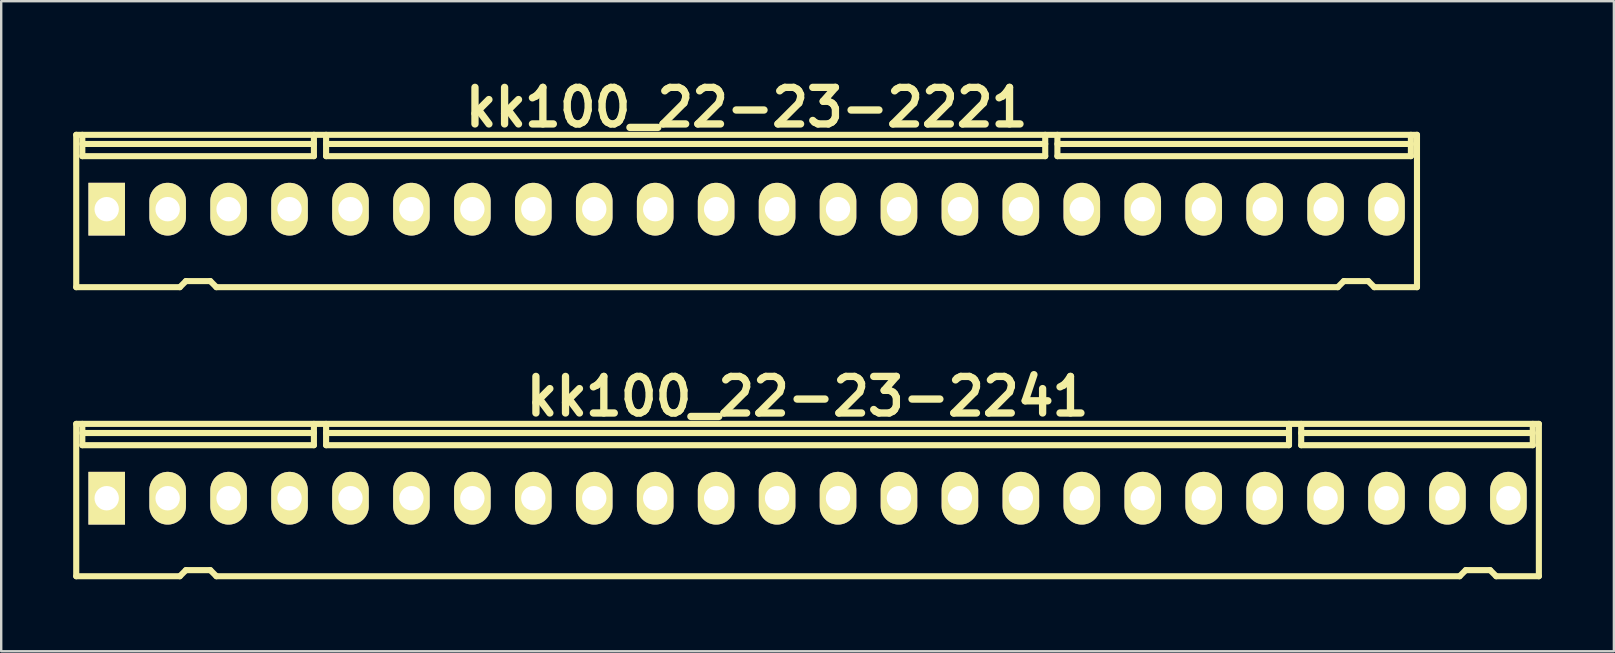
<source format=kicad_pcb>
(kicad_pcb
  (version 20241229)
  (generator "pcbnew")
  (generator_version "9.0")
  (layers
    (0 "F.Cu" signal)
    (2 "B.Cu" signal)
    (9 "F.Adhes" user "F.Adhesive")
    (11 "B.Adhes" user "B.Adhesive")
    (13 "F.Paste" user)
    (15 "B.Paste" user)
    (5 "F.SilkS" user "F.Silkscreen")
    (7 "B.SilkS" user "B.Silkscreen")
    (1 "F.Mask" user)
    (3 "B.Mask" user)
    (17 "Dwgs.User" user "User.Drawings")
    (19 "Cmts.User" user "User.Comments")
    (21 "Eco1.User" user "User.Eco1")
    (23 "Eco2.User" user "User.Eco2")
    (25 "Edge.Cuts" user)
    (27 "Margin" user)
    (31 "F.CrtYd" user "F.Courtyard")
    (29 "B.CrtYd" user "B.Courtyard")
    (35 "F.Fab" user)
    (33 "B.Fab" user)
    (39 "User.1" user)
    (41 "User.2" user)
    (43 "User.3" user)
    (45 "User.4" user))
  (footprint "kk100_22-23-2221"
    (layer "F.Cu")
    (at 28.067 5.744)
    (property "Reference" "kk100_22-23-2221" (at 0 -4.318 0) (layer "F.SilkS") (effects (font (size 1.524 1.524) (thickness 0.305))))
    (attr through_hole)
    (fp_line (start -27.94 3.175) (end -27.94 -3.175) (stroke (width 0.254) (type solid)) (layer "F.SilkS"))
    (fp_line (start -27.686 -2.286) (end -27.686 -3.175) (stroke (width 0.254) (type solid)) (layer "F.SilkS"))
    (fp_line (start -23.622 3.175) (end -27.94 3.175) (stroke (width 0.254) (type solid)) (layer "F.SilkS"))
    (fp_line (start -23.368 2.921) (end -23.622 3.175) (stroke (width 0.254) (type solid)) (layer "F.SilkS"))
    (fp_line (start -23.368 2.921) (end -22.352 2.921) (stroke (width 0.254) (type solid)) (layer "F.SilkS"))
    (fp_line (start -22.352 2.921) (end -22.098 3.175) (stroke (width 0.254) (type solid)) (layer "F.SilkS"))
    (fp_line (start -22.098 3.175) (end 24.638 3.175) (stroke (width 0.254) (type solid)) (layer "F.SilkS"))
    (fp_line (start -18.034 -2.794) (end -27.686 -2.794) (stroke (width 0.254) (type solid)) (layer "F.SilkS"))
    (fp_line (start -18.034 -2.286) (end -27.686 -2.286) (stroke (width 0.254) (type solid)) (layer "F.SilkS"))
    (fp_line (start -18.034 -2.286) (end -18.034 -3.175) (stroke (width 0.254) (type solid)) (layer "F.SilkS"))
    (fp_line (start -17.526 -2.286) (end -17.526 -3.175) (stroke (width 0.254) (type solid)) (layer "F.SilkS"))
    (fp_line (start -17.526 -2.286) (end 12.446 -2.286) (stroke (width 0.254) (type solid)) (layer "F.SilkS"))
    (fp_line (start 12.446 -2.794) (end -17.526 -2.794) (stroke (width 0.254) (type solid)) (layer "F.SilkS"))
    (fp_line (start 12.446 -2.286) (end 12.446 -3.175) (stroke (width 0.254) (type solid)) (layer "F.SilkS"))
    (fp_line (start 12.954 -2.794) (end 27.686 -2.794) (stroke (width 0.254) (type solid)) (layer "F.SilkS"))
    (fp_line (start 12.954 -2.286) (end 12.954 -3.175) (stroke (width 0.254) (type solid)) (layer "F.SilkS"))
    (fp_line (start 12.954 -2.286) (end 27.686 -2.286) (stroke (width 0.254) (type solid)) (layer "F.SilkS"))
    (fp_line (start 24.892 2.921) (end 24.638 3.175) (stroke (width 0.254) (type solid)) (layer "F.SilkS"))
    (fp_line (start 24.892 2.921) (end 25.908 2.921) (stroke (width 0.254) (type solid)) (layer "F.SilkS"))
    (fp_line (start 25.908 2.921) (end 26.162 3.175) (stroke (width 0.254) (type solid)) (layer "F.SilkS"))
    (fp_line (start 26.162 3.175) (end 27.94 3.175) (stroke (width 0.254) (type solid)) (layer "F.SilkS"))
    (fp_line (start 27.686 -2.286) (end 27.686 -3.175) (stroke (width 0.254) (type solid)) (layer "F.SilkS"))
    (fp_line (start 27.94 -3.175) (end -27.94 -3.175) (stroke (width 0.254) (type solid)) (layer "F.SilkS"))
    (fp_line (start 27.94 -3.175) (end 27.94 3.175) (stroke (width 0.254) (type solid)) (layer "F.SilkS"))
    (pad "1" thru_hole rect (at -26.67 -0.076) (size 1.524 2.197) (drill 1.016) (layers "*.Cu" "*.Mask" "F.SilkS"))
    (pad "2" thru_hole oval (at -24.13 -0.076) (size 1.524 2.197) (drill 1.016) (layers "*.Cu" "*.Mask" "F.SilkS"))
    (pad "3" thru_hole oval (at -21.59 -0.076) (size 1.524 2.197) (drill 1.016) (layers "*.Cu" "*.Mask" "F.SilkS"))
    (pad "4" thru_hole oval (at -19.05 -0.076) (size 1.524 2.197) (drill 1.016) (layers "*.Cu" "*.Mask" "F.SilkS"))
    (pad "5" thru_hole oval (at -16.51 -0.076) (size 1.524 2.197) (drill 1.016) (layers "*.Cu" "*.Mask" "F.SilkS"))
    (pad "6" thru_hole oval (at -13.97 -0.076) (size 1.524 2.197) (drill 1.016) (layers "*.Cu" "*.Mask" "F.SilkS"))
    (pad "7" thru_hole oval (at -11.43 -0.076) (size 1.524 2.197) (drill 1.016) (layers "*.Cu" "*.Mask" "F.SilkS"))
    (pad "8" thru_hole oval (at -8.89 -0.076) (size 1.524 2.197) (drill 1.016) (layers "*.Cu" "*.Mask" "F.SilkS"))
    (pad "9" thru_hole oval (at -6.35 -0.076) (size 1.524 2.197) (drill 1.016) (layers "*.Cu" "*.Mask" "F.SilkS"))
    (pad "10" thru_hole oval (at -3.81 -0.076) (size 1.524 2.197) (drill 1.016) (layers "*.Cu" "*.Mask" "F.SilkS"))
    (pad "11" thru_hole oval (at -1.27 -0.076) (size 1.524 2.197) (drill 1.016) (layers "*.Cu" "*.Mask" "F.SilkS"))
    (pad "12" thru_hole oval (at 1.27 -0.076) (size 1.524 2.197) (drill 1.016) (layers "*.Cu" "*.Mask" "F.SilkS"))
    (pad "13" thru_hole oval (at 3.81 -0.076) (size 1.524 2.197) (drill 1.016) (layers "*.Cu" "*.Mask" "F.SilkS"))
    (pad "14" thru_hole oval (at 6.35 -0.076) (size 1.524 2.197) (drill 1.016) (layers "*.Cu" "*.Mask" "F.SilkS"))
    (pad "15" thru_hole oval (at 8.89 -0.076) (size 1.524 2.197) (drill 1.016) (layers "*.Cu" "*.Mask" "F.SilkS"))
    (pad "16" thru_hole oval (at 11.43 -0.076) (size 1.524 2.197) (drill 1.016) (layers "*.Cu" "*.Mask" "F.SilkS"))
    (pad "17" thru_hole oval (at 13.97 -0.076) (size 1.524 2.197) (drill 1.016) (layers "*.Cu" "*.Mask" "F.SilkS"))
    (pad "18" thru_hole oval (at 16.51 -0.076) (size 1.524 2.197) (drill 1.016) (layers "*.Cu" "*.Mask" "F.SilkS"))
    (pad "19" thru_hole oval (at 19.05 -0.076) (size 1.524 2.197) (drill 1.016) (layers "*.Cu" "*.Mask" "F.SilkS"))
    (pad "20" thru_hole oval (at 21.59 -0.076) (size 1.524 2.197) (drill 1.016) (layers "*.Cu" "*.Mask" "F.SilkS"))
    (pad "21" thru_hole oval (at 24.13 -0.076) (size 1.524 2.197) (drill 1.016) (layers "*.Cu" "*.Mask" "F.SilkS"))
    (pad "22" thru_hole oval (at 26.67 -0.076) (size 1.524 2.197) (drill 1.016) (layers "*.Cu" "*.Mask" "F.SilkS")))
  (footprint "kk100_22-23-2241"
    (layer "F.Cu")
    (at 30.607 17.791)
    (property "Reference" "kk100_22-23-2241" (at 0 -4.318 0) (layer "F.SilkS") (effects (font (size 1.524 1.524) (thickness 0.305))))
    (attr through_hole)
    (fp_line (start -30.48 3.175) (end -30.48 -3.175) (stroke (width 0.254) (type solid)) (layer "F.SilkS"))
    (fp_line (start -30.226 -2.286) (end -30.226 -3.175) (stroke (width 0.254) (type solid)) (layer "F.SilkS"))
    (fp_line (start -26.162 3.175) (end -30.48 3.175) (stroke (width 0.254) (type solid)) (layer "F.SilkS"))
    (fp_line (start -25.908 2.921) (end -26.162 3.175) (stroke (width 0.254) (type solid)) (layer "F.SilkS"))
    (fp_line (start -25.908 2.921) (end -24.892 2.921) (stroke (width 0.254) (type solid)) (layer "F.SilkS"))
    (fp_line (start -24.892 2.921) (end -24.638 3.175) (stroke (width 0.254) (type solid)) (layer "F.SilkS"))
    (fp_line (start -24.638 3.175) (end 27.178 3.175) (stroke (width 0.254) (type solid)) (layer "F.SilkS"))
    (fp_line (start -20.574 -2.794) (end -30.226 -2.794) (stroke (width 0.254) (type solid)) (layer "F.SilkS"))
    (fp_line (start -20.574 -2.286) (end -30.226 -2.286) (stroke (width 0.254) (type solid)) (layer "F.SilkS"))
    (fp_line (start -20.574 -2.286) (end -20.574 -3.175) (stroke (width 0.254) (type solid)) (layer "F.SilkS"))
    (fp_line (start -20.066 -2.286) (end -20.066 -3.175) (stroke (width 0.254) (type solid)) (layer "F.SilkS"))
    (fp_line (start -20.066 -2.286) (end 20.066 -2.286) (stroke (width 0.254) (type solid)) (layer "F.SilkS"))
    (fp_line (start 20.066 -2.794) (end -20.066 -2.794) (stroke (width 0.254) (type solid)) (layer "F.SilkS"))
    (fp_line (start 20.066 -2.286) (end 20.066 -3.175) (stroke (width 0.254) (type solid)) (layer "F.SilkS"))
    (fp_line (start 20.574 -2.794) (end 30.226 -2.794) (stroke (width 0.254) (type solid)) (layer "F.SilkS"))
    (fp_line (start 20.574 -2.286) (end 20.574 -3.175) (stroke (width 0.254) (type solid)) (layer "F.SilkS"))
    (fp_line (start 20.574 -2.286) (end 30.226 -2.286) (stroke (width 0.254) (type solid)) (layer "F.SilkS"))
    (fp_line (start 27.432 2.921) (end 27.178 3.175) (stroke (width 0.254) (type solid)) (layer "F.SilkS"))
    (fp_line (start 27.432 2.921) (end 28.448 2.921) (stroke (width 0.254) (type solid)) (layer "F.SilkS"))
    (fp_line (start 28.448 2.921) (end 28.702 3.175) (stroke (width 0.254) (type solid)) (layer "F.SilkS"))
    (fp_line (start 28.702 3.175) (end 30.48 3.175) (stroke (width 0.254) (type solid)) (layer "F.SilkS"))
    (fp_line (start 30.226 -2.286) (end 30.226 -3.175) (stroke (width 0.254) (type solid)) (layer "F.SilkS"))
    (fp_line (start 30.48 -3.175) (end -30.48 -3.175) (stroke (width 0.254) (type solid)) (layer "F.SilkS"))
    (fp_line (start 30.48 -3.175) (end 30.48 3.175) (stroke (width 0.254) (type solid)) (layer "F.SilkS"))
    (pad "1" thru_hole rect (at -29.21 -0.076) (size 1.524 2.197) (drill 1.016) (layers "*.Cu" "*.Mask" "F.SilkS"))
    (pad "2" thru_hole oval (at -26.67 -0.076) (size 1.524 2.197) (drill 1.016) (layers "*.Cu" "*.Mask" "F.SilkS"))
    (pad "3" thru_hole oval (at -24.13 -0.076) (size 1.524 2.197) (drill 1.016) (layers "*.Cu" "*.Mask" "F.SilkS"))
    (pad "4" thru_hole oval (at -21.59 -0.076) (size 1.524 2.197) (drill 1.016) (layers "*.Cu" "*.Mask" "F.SilkS"))
    (pad "5" thru_hole oval (at -19.05 -0.076) (size 1.524 2.197) (drill 1.016) (layers "*.Cu" "*.Mask" "F.SilkS"))
    (pad "6" thru_hole oval (at -16.51 -0.076) (size 1.524 2.197) (drill 1.016) (layers "*.Cu" "*.Mask" "F.SilkS"))
    (pad "7" thru_hole oval (at -13.97 -0.076) (size 1.524 2.197) (drill 1.016) (layers "*.Cu" "*.Mask" "F.SilkS"))
    (pad "8" thru_hole oval (at -11.43 -0.076) (size 1.524 2.197) (drill 1.016) (layers "*.Cu" "*.Mask" "F.SilkS"))
    (pad "9" thru_hole oval (at -8.89 -0.076) (size 1.524 2.197) (drill 1.016) (layers "*.Cu" "*.Mask" "F.SilkS"))
    (pad "10" thru_hole oval (at -6.35 -0.076) (size 1.524 2.197) (drill 1.016) (layers "*.Cu" "*.Mask" "F.SilkS"))
    (pad "11" thru_hole oval (at -3.81 -0.076) (size 1.524 2.197) (drill 1.016) (layers "*.Cu" "*.Mask" "F.SilkS"))
    (pad "12" thru_hole oval (at -1.27 -0.076) (size 1.524 2.197) (drill 1.016) (layers "*.Cu" "*.Mask" "F.SilkS"))
    (pad "13" thru_hole oval (at 1.27 -0.076) (size 1.524 2.197) (drill 1.016) (layers "*.Cu" "*.Mask" "F.SilkS"))
    (pad "14" thru_hole oval (at 3.81 -0.076) (size 1.524 2.197) (drill 1.016) (layers "*.Cu" "*.Mask" "F.SilkS"))
    (pad "15" thru_hole oval (at 6.35 -0.076) (size 1.524 2.197) (drill 1.016) (layers "*.Cu" "*.Mask" "F.SilkS"))
    (pad "16" thru_hole oval (at 8.89 -0.076) (size 1.524 2.197) (drill 1.016) (layers "*.Cu" "*.Mask" "F.SilkS"))
    (pad "17" thru_hole oval (at 11.43 -0.076) (size 1.524 2.197) (drill 1.016) (layers "*.Cu" "*.Mask" "F.SilkS"))
    (pad "18" thru_hole oval (at 13.97 -0.076) (size 1.524 2.197) (drill 1.016) (layers "*.Cu" "*.Mask" "F.SilkS"))
    (pad "19" thru_hole oval (at 16.51 -0.076) (size 1.524 2.197) (drill 1.016) (layers "*.Cu" "*.Mask" "F.SilkS"))
    (pad "20" thru_hole oval (at 19.05 -0.076) (size 1.524 2.197) (drill 1.016) (layers "*.Cu" "*.Mask" "F.SilkS"))
    (pad "21" thru_hole oval (at 21.59 -0.076) (size 1.524 2.197) (drill 1.016) (layers "*.Cu" "*.Mask" "F.SilkS"))
    (pad "22" thru_hole oval (at 24.13 -0.076) (size 1.524 2.197) (drill 1.016) (layers "*.Cu" "*.Mask" "F.SilkS"))
    (pad "23" thru_hole oval (at 26.67 -0.076) (size 1.524 2.197) (drill 1.016) (layers "*.Cu" "*.Mask" "F.SilkS"))
    (pad "24" thru_hole oval (at 29.21 -0.076) (size 1.524 2.197) (drill 1.016) (layers "*.Cu" "*.Mask" "F.SilkS")))
  (gr_rect
    (start -3 -3)
    (end 64.214 24.093)
    (stroke (width 0.1) (type default))
    (fill no)
    (layer "Edge.Cuts")))
</source>
